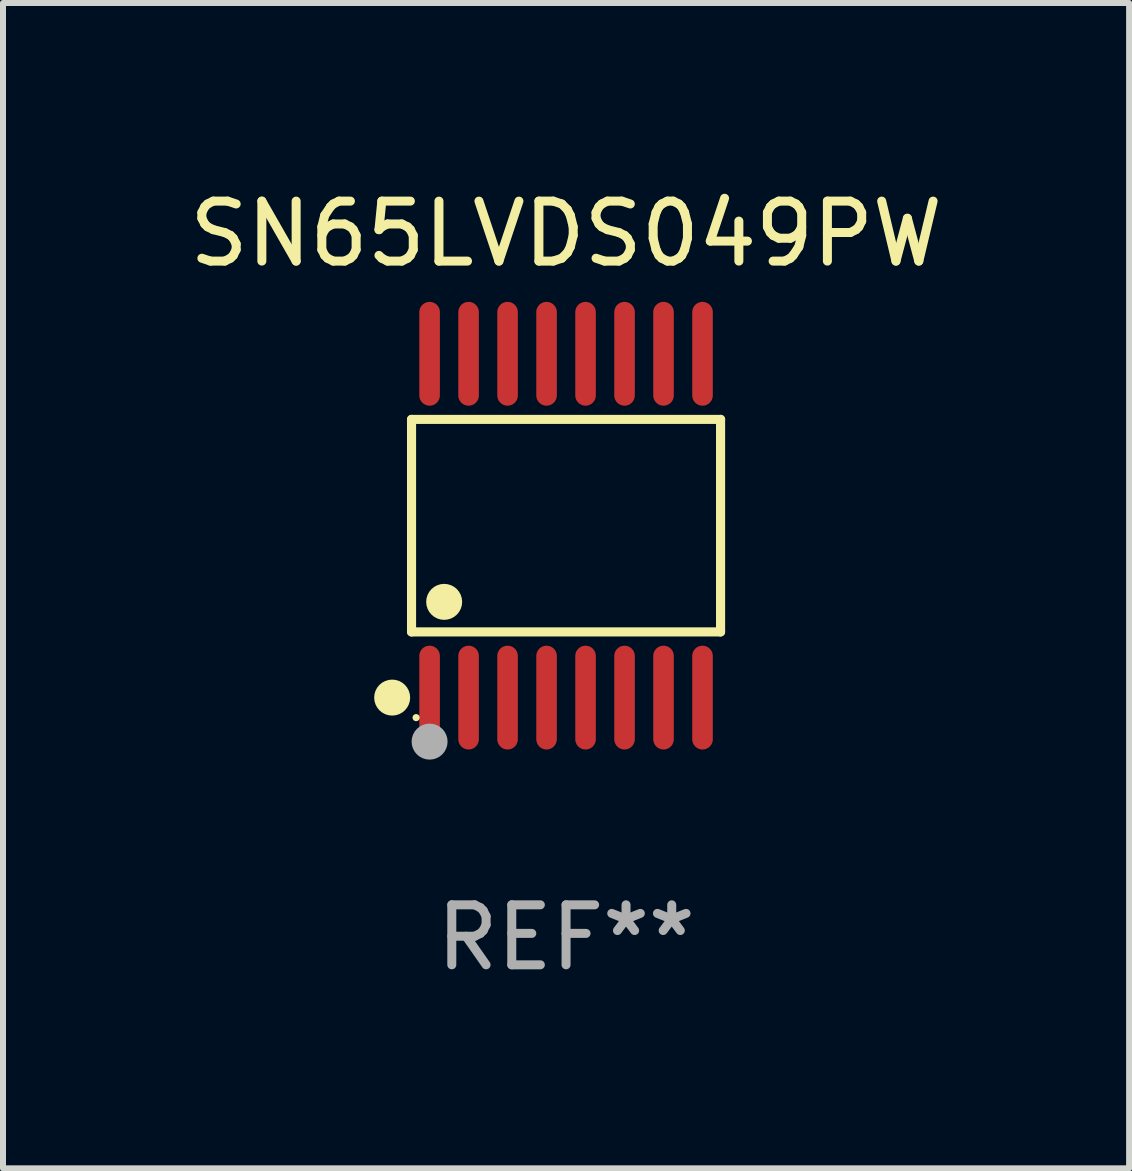
<source format=kicad_pcb>
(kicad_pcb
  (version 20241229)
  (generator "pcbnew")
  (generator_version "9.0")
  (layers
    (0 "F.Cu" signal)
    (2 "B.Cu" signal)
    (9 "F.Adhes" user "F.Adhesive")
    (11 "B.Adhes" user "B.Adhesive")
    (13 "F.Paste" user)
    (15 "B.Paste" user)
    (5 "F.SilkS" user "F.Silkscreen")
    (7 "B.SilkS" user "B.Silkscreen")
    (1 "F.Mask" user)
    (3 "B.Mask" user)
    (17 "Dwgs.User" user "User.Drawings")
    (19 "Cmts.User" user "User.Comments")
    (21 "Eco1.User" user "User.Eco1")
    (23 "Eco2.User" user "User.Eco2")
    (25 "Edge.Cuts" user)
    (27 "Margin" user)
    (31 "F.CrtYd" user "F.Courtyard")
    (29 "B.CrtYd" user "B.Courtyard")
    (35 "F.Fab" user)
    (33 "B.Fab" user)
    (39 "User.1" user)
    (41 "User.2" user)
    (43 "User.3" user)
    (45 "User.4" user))
  (footprint "SN65LVDS049PW"
    (layer "F.Cu")
    (at 6.387 5.714)
    (property "Reference" "SN65LVDS049PW" (at 0 -4.866 0) (layer "F.SilkS") (effects (font (size 1 1) (thickness 0.15))))
    (attr through_hole)
    (fp_line (start -2.576 -1.772) (end 2.576 -1.772) (stroke (width 0.152) (type solid)) (layer "F.SilkS"))
    (fp_line (start -2.576 1.771) (end -2.576 -1.772) (stroke (width 0.152) (type solid)) (layer "F.SilkS"))
    (fp_line (start 2.576 -1.772) (end 2.576 1.771) (stroke (width 0.152) (type solid)) (layer "F.SilkS"))
    (fp_line (start 2.576 1.771) (end -2.576 1.771) (stroke (width 0.152) (type solid)) (layer "F.SilkS"))
    (fp_circle (center -2.899 2.866) (end -2.749 2.866) (stroke (width 0.3) (type solid)) (fill no) (layer "F.SilkS"))
    (fp_circle (center -2.5 3.2) (end -2.47 3.2) (stroke (width 0.06) (type solid)) (fill no) (layer "F.SilkS"))
    (fp_circle (center -2.032 1.27) (end -1.882 1.27) (stroke (width 0.3) (type solid)) (fill no) (layer "F.SilkS"))
    (fp_circle (center -2.275 3.6) (end -2.125 3.6) (stroke (width 0.3) (type solid)) (fill no) (layer "F.Fab"))
    (fp_text user "REF**" (at 0 6.866 0) (layer "F.Fab") (effects (font (size 1 1) (thickness 0.15))))
    (pad "1" smd oval (at -2.275 2.866) (size 0.343 1.731) (layers "F.Cu" "F.Mask" "F.Paste"))
    (pad "2" smd oval (at -1.625 2.866) (size 0.343 1.731) (layers "F.Cu" "F.Mask" "F.Paste"))
    (pad "3" smd oval (at -0.975 2.866) (size 0.343 1.731) (layers "F.Cu" "F.Mask" "F.Paste"))
    (pad "4" smd oval (at -0.325 2.866) (size 0.343 1.731) (layers "F.Cu" "F.Mask" "F.Paste"))
    (pad "5" smd oval (at 0.325 2.866) (size 0.343 1.731) (layers "F.Cu" "F.Mask" "F.Paste"))
    (pad "6" smd oval (at 0.975 2.866) (size 0.343 1.731) (layers "F.Cu" "F.Mask" "F.Paste"))
    (pad "7" smd oval (at 1.625 2.866) (size 0.343 1.731) (layers "F.Cu" "F.Mask" "F.Paste"))
    (pad "8" smd oval (at 2.275 2.866) (size 0.343 1.731) (layers "F.Cu" "F.Mask" "F.Paste"))
    (pad "9" smd oval (at 2.275 -2.866) (size 0.343 1.731) (layers "F.Cu" "F.Mask" "F.Paste"))
    (pad "10" smd oval (at 1.625 -2.866) (size 0.343 1.731) (layers "F.Cu" "F.Mask" "F.Paste"))
    (pad "11" smd oval (at 0.975 -2.866) (size 0.343 1.731) (layers "F.Cu" "F.Mask" "F.Paste"))
    (pad "12" smd oval (at 0.325 -2.866) (size 0.343 1.731) (layers "F.Cu" "F.Mask" "F.Paste"))
    (pad "13" smd oval (at -0.325 -2.866) (size 0.343 1.731) (layers "F.Cu" "F.Mask" "F.Paste"))
    (pad "14" smd oval (at -0.975 -2.866) (size 0.343 1.731) (layers "F.Cu" "F.Mask" "F.Paste"))
    (pad "15" smd oval (at -1.625 -2.866) (size 0.343 1.731) (layers "F.Cu" "F.Mask" "F.Paste"))
    (pad "16" smd oval (at -2.275 -2.866) (size 0.343 1.731) (layers "F.Cu" "F.Mask" "F.Paste")))
  (gr_rect
    (start -3 -3)
    (end 15.774 16.428)
    (stroke (width 0.1) (type default))
    (fill no)
    (layer "Edge.Cuts")))
</source>
